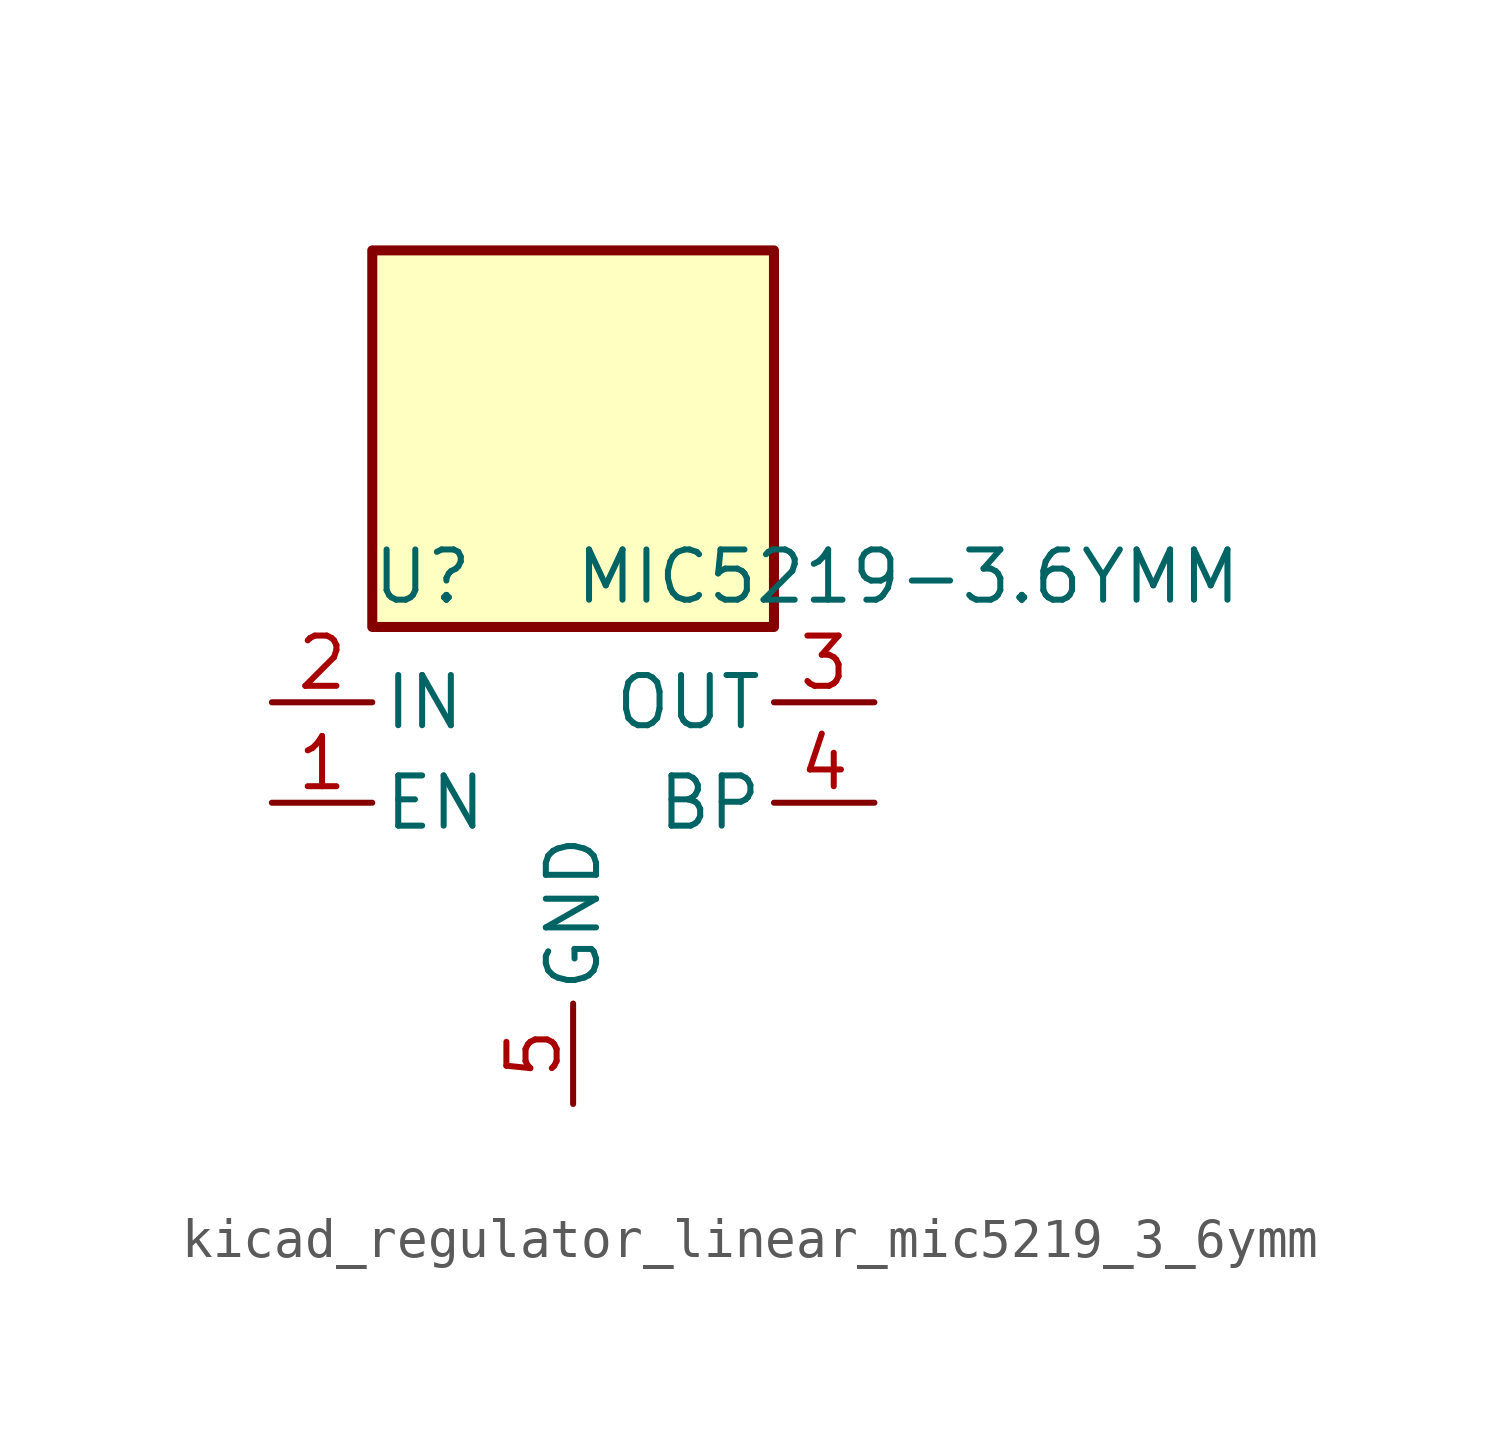
<source format=kicad_sym>
(kicad_symbol_lib
  (version 20220914)
  (generator kicad_symbol_editor)
  (symbol "kicad_regulator_linear_mic5219_3_6ymm"
    (pin_names
      (offset 0.254))
    (property "Reference" "U"
      (at -3.81 5.715 0)
      (effects (font (size 1.27 1.27))))
    (property "Value" "MIC5219-3.6YMM"
      (at 0 5.715 0)
      (effects (font (size 1.27 1.27)) (justify left)))
    (symbol "kicad_regulator_linear_mic5219_3_6ymm_0_1"
      (rectangle (start 5.08 13.97) (end -5.08 4.445) (stroke (width 0.254) (type default)) (fill (type background))))
    (symbol "kicad_regulator_linear_mic5219_3_6ymm_1_1"
      (pin input line (at -7.62 0 0) (length 2.54) (name "EN" (effects (font (size 1.27 1.27)))) (number "1" (effects (font (size 1.27 1.27)))))
      (pin power_in line (at -7.62 2.54 0) (length 2.54) (name "IN" (effects (font (size 1.27 1.27)))) (number "2" (effects (font (size 1.27 1.27)))))
      (pin power_out line (at 7.62 2.54 180) (length 2.54) (name "OUT" (effects (font (size 1.27 1.27)))) (number "3" (effects (font (size 1.27 1.27)))))
      (pin input line (at 7.62 0 180) (length 2.54) (name "BP" (effects (font (size 1.27 1.27)))) (number "4" (effects (font (size 1.27 1.27)))))
      (pin power_in line (at 0 -7.62 90) (length 2.54) (name "GND" (effects (font (size 1.27 1.27)))) (number "5" (effects (font (size 1.27 1.27)))))
      (pin passive line (at 0 -7.62 90) (length 2.54) hide (name "GND" (effects (font (size 1.27 1.27)))) (number "6" (effects (font (size 1.27 1.27)))))
      (pin passive line (at 0 -7.62 90) (length 2.54) hide (name "GND" (effects (font (size 1.27 1.27)))) (number "7" (effects (font (size 1.27 1.27)))))
      (pin passive line (at 0 -7.62 90) (length 2.54) hide (name "GND" (effects (font (size 1.27 1.27)))) (number "8" (effects (font (size 1.27 1.27))))))))
</source>
